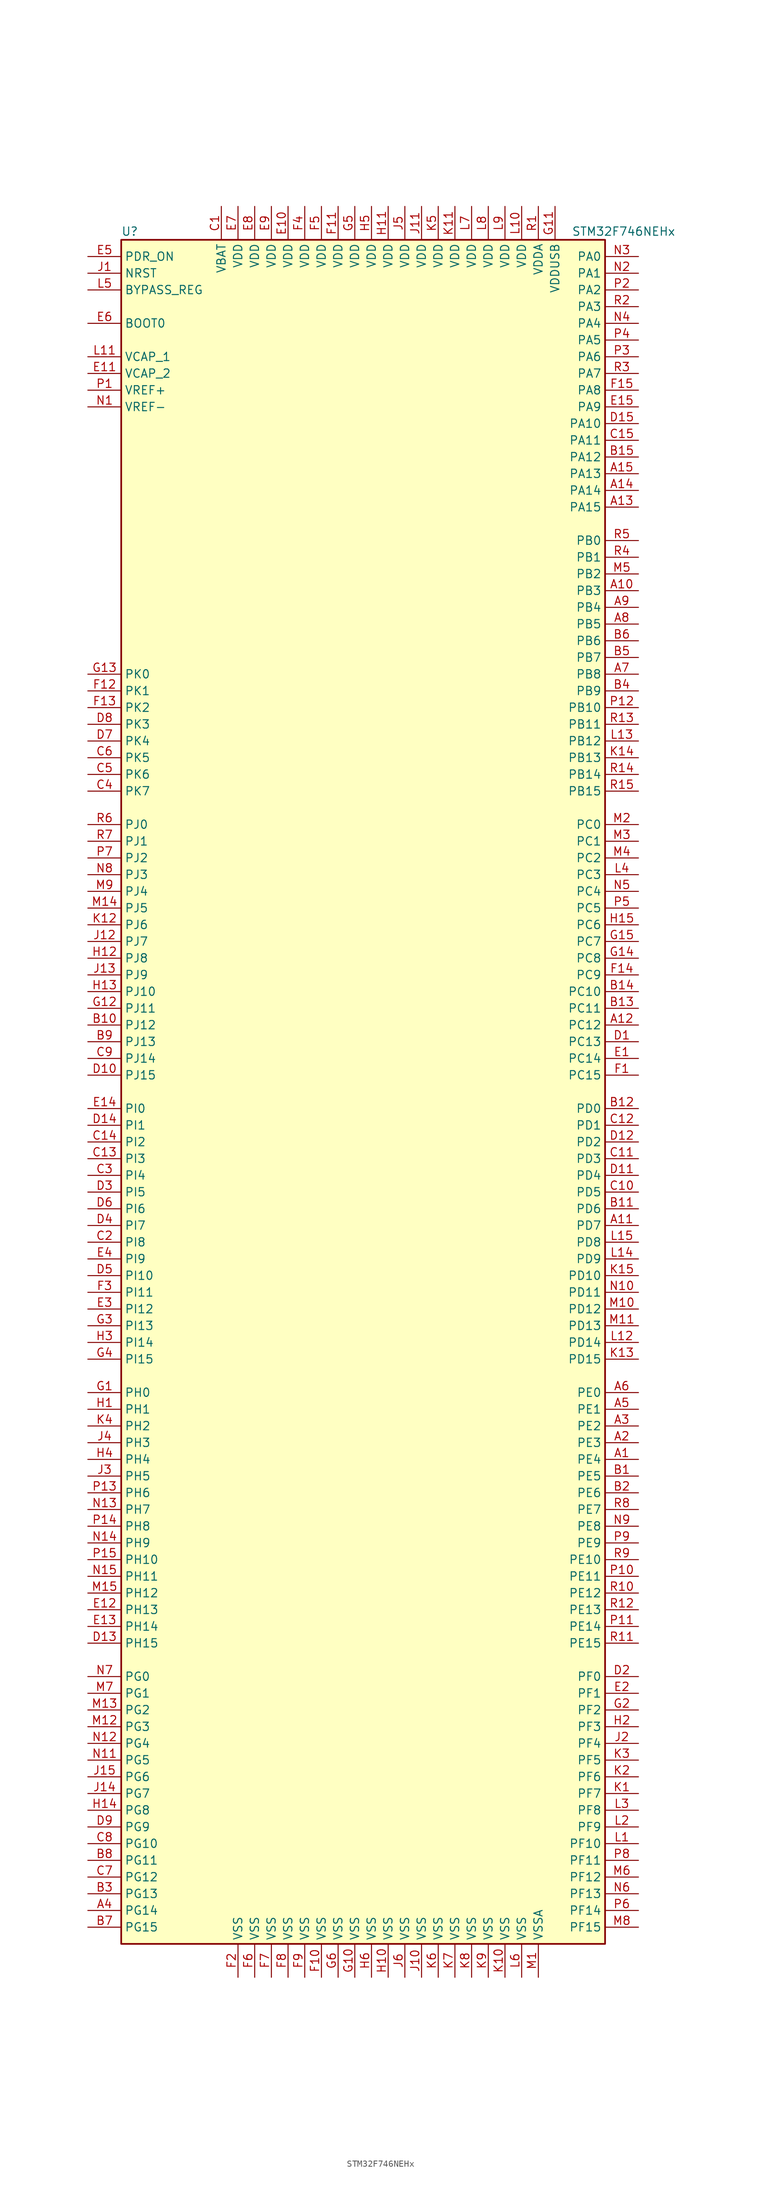
<source format=kicad_sym>
(kicad_symbol_lib
  (version 20201005)
  (generator kicad_symbol_editor)
  (symbol "STM32F746NEHx"
    (property "Reference" "U"
      (at -38.1 130.81 0)
      (effects (font (size 1.27 1.27)) (justify left)))
    (property "Value" "STM32F746NEHx"
      (at 30.48 130.81 0)
      (effects (font (size 1.27 1.27)) (justify left)))
    (symbol "STM32F746NEHx_0_1"
      (rectangle (start -38.1 -129.54) (end 35.56 129.54) (stroke (width 0.254)) (fill (type background))))
    (symbol "STM32F746NEHx_1_1"
      (pin bidirectional line (at 40.64 -55.88 180) (length 5.08) (name "PE4" (effects (font (size 1.27 1.27)))) (number "A1" (effects (font (size 1.27 1.27)))))
      (pin bidirectional line (at 40.64 76.2 180) (length 5.08) (name "PB3" (effects (font (size 1.27 1.27)))) (number "A10" (effects (font (size 1.27 1.27)))))
      (pin bidirectional line (at 40.64 -20.32 180) (length 5.08) (name "PD7" (effects (font (size 1.27 1.27)))) (number "A11" (effects (font (size 1.27 1.27)))))
      (pin bidirectional line (at 40.64 10.16 180) (length 5.08) (name "PC12" (effects (font (size 1.27 1.27)))) (number "A12" (effects (font (size 1.27 1.27)))))
      (pin bidirectional line (at 40.64 88.9 180) (length 5.08) (name "PA15" (effects (font (size 1.27 1.27)))) (number "A13" (effects (font (size 1.27 1.27)))))
      (pin bidirectional line (at 40.64 91.44 180) (length 5.08) (name "PA14" (effects (font (size 1.27 1.27)))) (number "A14" (effects (font (size 1.27 1.27)))))
      (pin bidirectional line (at 40.64 93.98 180) (length 5.08) (name "PA13" (effects (font (size 1.27 1.27)))) (number "A15" (effects (font (size 1.27 1.27)))))
      (pin bidirectional line (at 40.64 -53.34 180) (length 5.08) (name "PE3" (effects (font (size 1.27 1.27)))) (number "A2" (effects (font (size 1.27 1.27)))))
      (pin bidirectional line (at 40.64 -50.8 180) (length 5.08) (name "PE2" (effects (font (size 1.27 1.27)))) (number "A3" (effects (font (size 1.27 1.27)))))
      (pin bidirectional line (at -43.18 -124.46 0) (length 5.08) (name "PG14" (effects (font (size 1.27 1.27)))) (number "A4" (effects (font (size 1.27 1.27)))))
      (pin bidirectional line (at 40.64 -48.26 180) (length 5.08) (name "PE1" (effects (font (size 1.27 1.27)))) (number "A5" (effects (font (size 1.27 1.27)))))
      (pin bidirectional line (at 40.64 -45.72 180) (length 5.08) (name "PE0" (effects (font (size 1.27 1.27)))) (number "A6" (effects (font (size 1.27 1.27)))))
      (pin bidirectional line (at 40.64 63.5 180) (length 5.08) (name "PB8" (effects (font (size 1.27 1.27)))) (number "A7" (effects (font (size 1.27 1.27)))))
      (pin bidirectional line (at 40.64 71.12 180) (length 5.08) (name "PB5" (effects (font (size 1.27 1.27)))) (number "A8" (effects (font (size 1.27 1.27)))))
      (pin bidirectional line (at 40.64 73.66 180) (length 5.08) (name "PB4" (effects (font (size 1.27 1.27)))) (number "A9" (effects (font (size 1.27 1.27)))))
      (pin bidirectional line (at 40.64 -58.42 180) (length 5.08) (name "PE5" (effects (font (size 1.27 1.27)))) (number "B1" (effects (font (size 1.27 1.27)))))
      (pin bidirectional line (at -43.18 10.16 0) (length 5.08) (name "PJ12" (effects (font (size 1.27 1.27)))) (number "B10" (effects (font (size 1.27 1.27)))))
      (pin bidirectional line (at 40.64 -17.78 180) (length 5.08) (name "PD6" (effects (font (size 1.27 1.27)))) (number "B11" (effects (font (size 1.27 1.27)))))
      (pin bidirectional line (at 40.64 -2.54 180) (length 5.08) (name "PD0" (effects (font (size 1.27 1.27)))) (number "B12" (effects (font (size 1.27 1.27)))))
      (pin bidirectional line (at 40.64 12.7 180) (length 5.08) (name "PC11" (effects (font (size 1.27 1.27)))) (number "B13" (effects (font (size 1.27 1.27)))))
      (pin bidirectional line (at 40.64 15.24 180) (length 5.08) (name "PC10" (effects (font (size 1.27 1.27)))) (number "B14" (effects (font (size 1.27 1.27)))))
      (pin bidirectional line (at 40.64 96.52 180) (length 5.08) (name "PA12" (effects (font (size 1.27 1.27)))) (number "B15" (effects (font (size 1.27 1.27)))))
      (pin bidirectional line (at 40.64 -60.96 180) (length 5.08) (name "PE6" (effects (font (size 1.27 1.27)))) (number "B2" (effects (font (size 1.27 1.27)))))
      (pin bidirectional line (at -43.18 -121.92 0) (length 5.08) (name "PG13" (effects (font (size 1.27 1.27)))) (number "B3" (effects (font (size 1.27 1.27)))))
      (pin bidirectional line (at 40.64 60.96 180) (length 5.08) (name "PB9" (effects (font (size 1.27 1.27)))) (number "B4" (effects (font (size 1.27 1.27)))))
      (pin bidirectional line (at 40.64 66.04 180) (length 5.08) (name "PB7" (effects (font (size 1.27 1.27)))) (number "B5" (effects (font (size 1.27 1.27)))))
      (pin bidirectional line (at 40.64 68.58 180) (length 5.08) (name "PB6" (effects (font (size 1.27 1.27)))) (number "B6" (effects (font (size 1.27 1.27)))))
      (pin bidirectional line (at -43.18 -127 0) (length 5.08) (name "PG15" (effects (font (size 1.27 1.27)))) (number "B7" (effects (font (size 1.27 1.27)))))
      (pin bidirectional line (at -43.18 -116.84 0) (length 5.08) (name "PG11" (effects (font (size 1.27 1.27)))) (number "B8" (effects (font (size 1.27 1.27)))))
      (pin bidirectional line (at -43.18 7.62 0) (length 5.08) (name "PJ13" (effects (font (size 1.27 1.27)))) (number "B9" (effects (font (size 1.27 1.27)))))
      (pin power_in line (at -22.86 134.62 270) (length 5.08) (name "VBAT" (effects (font (size 1.27 1.27)))) (number "C1" (effects (font (size 1.27 1.27)))))
      (pin bidirectional line (at 40.64 -15.24 180) (length 5.08) (name "PD5" (effects (font (size 1.27 1.27)))) (number "C10" (effects (font (size 1.27 1.27)))))
      (pin bidirectional line (at 40.64 -10.16 180) (length 5.08) (name "PD3" (effects (font (size 1.27 1.27)))) (number "C11" (effects (font (size 1.27 1.27)))))
      (pin bidirectional line (at 40.64 -5.08 180) (length 5.08) (name "PD1" (effects (font (size 1.27 1.27)))) (number "C12" (effects (font (size 1.27 1.27)))))
      (pin bidirectional line (at -43.18 -10.16 0) (length 5.08) (name "PI3" (effects (font (size 1.27 1.27)))) (number "C13" (effects (font (size 1.27 1.27)))))
      (pin bidirectional line (at -43.18 -7.62 0) (length 5.08) (name "PI2" (effects (font (size 1.27 1.27)))) (number "C14" (effects (font (size 1.27 1.27)))))
      (pin bidirectional line (at 40.64 99.06 180) (length 5.08) (name "PA11" (effects (font (size 1.27 1.27)))) (number "C15" (effects (font (size 1.27 1.27)))))
      (pin bidirectional line (at -43.18 -22.86 0) (length 5.08) (name "PI8" (effects (font (size 1.27 1.27)))) (number "C2" (effects (font (size 1.27 1.27)))))
      (pin bidirectional line (at -43.18 -12.7 0) (length 5.08) (name "PI4" (effects (font (size 1.27 1.27)))) (number "C3" (effects (font (size 1.27 1.27)))))
      (pin bidirectional line (at -43.18 45.72 0) (length 5.08) (name "PK7" (effects (font (size 1.27 1.27)))) (number "C4" (effects (font (size 1.27 1.27)))))
      (pin bidirectional line (at -43.18 48.26 0) (length 5.08) (name "PK6" (effects (font (size 1.27 1.27)))) (number "C5" (effects (font (size 1.27 1.27)))))
      (pin bidirectional line (at -43.18 50.8 0) (length 5.08) (name "PK5" (effects (font (size 1.27 1.27)))) (number "C6" (effects (font (size 1.27 1.27)))))
      (pin bidirectional line (at -43.18 -119.38 0) (length 5.08) (name "PG12" (effects (font (size 1.27 1.27)))) (number "C7" (effects (font (size 1.27 1.27)))))
      (pin bidirectional line (at -43.18 -114.3 0) (length 5.08) (name "PG10" (effects (font (size 1.27 1.27)))) (number "C8" (effects (font (size 1.27 1.27)))))
      (pin bidirectional line (at -43.18 5.08 0) (length 5.08) (name "PJ14" (effects (font (size 1.27 1.27)))) (number "C9" (effects (font (size 1.27 1.27)))))
      (pin bidirectional line (at 40.64 7.62 180) (length 5.08) (name "PC13" (effects (font (size 1.27 1.27)))) (number "D1" (effects (font (size 1.27 1.27)))))
      (pin bidirectional line (at -43.18 2.54 0) (length 5.08) (name "PJ15" (effects (font (size 1.27 1.27)))) (number "D10" (effects (font (size 1.27 1.27)))))
      (pin bidirectional line (at 40.64 -12.7 180) (length 5.08) (name "PD4" (effects (font (size 1.27 1.27)))) (number "D11" (effects (font (size 1.27 1.27)))))
      (pin bidirectional line (at 40.64 -7.62 180) (length 5.08) (name "PD2" (effects (font (size 1.27 1.27)))) (number "D12" (effects (font (size 1.27 1.27)))))
      (pin bidirectional line (at -43.18 -83.82 0) (length 5.08) (name "PH15" (effects (font (size 1.27 1.27)))) (number "D13" (effects (font (size 1.27 1.27)))))
      (pin bidirectional line (at -43.18 -5.08 0) (length 5.08) (name "PI1" (effects (font (size 1.27 1.27)))) (number "D14" (effects (font (size 1.27 1.27)))))
      (pin bidirectional line (at 40.64 101.6 180) (length 5.08) (name "PA10" (effects (font (size 1.27 1.27)))) (number "D15" (effects (font (size 1.27 1.27)))))
      (pin bidirectional line (at 40.64 -88.9 180) (length 5.08) (name "PF0" (effects (font (size 1.27 1.27)))) (number "D2" (effects (font (size 1.27 1.27)))))
      (pin bidirectional line (at -43.18 -15.24 0) (length 5.08) (name "PI5" (effects (font (size 1.27 1.27)))) (number "D3" (effects (font (size 1.27 1.27)))))
      (pin bidirectional line (at -43.18 -20.32 0) (length 5.08) (name "PI7" (effects (font (size 1.27 1.27)))) (number "D4" (effects (font (size 1.27 1.27)))))
      (pin bidirectional line (at -43.18 -27.94 0) (length 5.08) (name "PI10" (effects (font (size 1.27 1.27)))) (number "D5" (effects (font (size 1.27 1.27)))))
      (pin bidirectional line (at -43.18 -17.78 0) (length 5.08) (name "PI6" (effects (font (size 1.27 1.27)))) (number "D6" (effects (font (size 1.27 1.27)))))
      (pin bidirectional line (at -43.18 53.34 0) (length 5.08) (name "PK4" (effects (font (size 1.27 1.27)))) (number "D7" (effects (font (size 1.27 1.27)))))
      (pin bidirectional line (at -43.18 55.88 0) (length 5.08) (name "PK3" (effects (font (size 1.27 1.27)))) (number "D8" (effects (font (size 1.27 1.27)))))
      (pin bidirectional line (at -43.18 -111.76 0) (length 5.08) (name "PG9" (effects (font (size 1.27 1.27)))) (number "D9" (effects (font (size 1.27 1.27)))))
      (pin bidirectional line (at 40.64 5.08 180) (length 5.08) (name "PC14" (effects (font (size 1.27 1.27)))) (number "E1" (effects (font (size 1.27 1.27)))))
      (pin power_in line (at -12.7 134.62 270) (length 5.08) (name "VDD" (effects (font (size 1.27 1.27)))) (number "E10" (effects (font (size 1.27 1.27)))))
      (pin power_in line (at -43.18 109.22 0) (length 5.08) (name "VCAP_2" (effects (font (size 1.27 1.27)))) (number "E11" (effects (font (size 1.27 1.27)))))
      (pin bidirectional line (at -43.18 -78.74 0) (length 5.08) (name "PH13" (effects (font (size 1.27 1.27)))) (number "E12" (effects (font (size 1.27 1.27)))))
      (pin bidirectional line (at -43.18 -81.28 0) (length 5.08) (name "PH14" (effects (font (size 1.27 1.27)))) (number "E13" (effects (font (size 1.27 1.27)))))
      (pin bidirectional line (at -43.18 -2.54 0) (length 5.08) (name "PI0" (effects (font (size 1.27 1.27)))) (number "E14" (effects (font (size 1.27 1.27)))))
      (pin bidirectional line (at 40.64 104.14 180) (length 5.08) (name "PA9" (effects (font (size 1.27 1.27)))) (number "E15" (effects (font (size 1.27 1.27)))))
      (pin bidirectional line (at 40.64 -91.44 180) (length 5.08) (name "PF1" (effects (font (size 1.27 1.27)))) (number "E2" (effects (font (size 1.27 1.27)))))
      (pin bidirectional line (at -43.18 -33.02 0) (length 5.08) (name "PI12" (effects (font (size 1.27 1.27)))) (number "E3" (effects (font (size 1.27 1.27)))))
      (pin bidirectional line (at -43.18 -25.4 0) (length 5.08) (name "PI9" (effects (font (size 1.27 1.27)))) (number "E4" (effects (font (size 1.27 1.27)))))
      (pin input line (at -43.18 127 0) (length 5.08) (name "PDR_ON" (effects (font (size 1.27 1.27)))) (number "E5" (effects (font (size 1.27 1.27)))))
      (pin input line (at -43.18 116.84 0) (length 5.08) (name "BOOT0" (effects (font (size 1.27 1.27)))) (number "E6" (effects (font (size 1.27 1.27)))))
      (pin power_in line (at -20.32 134.62 270) (length 5.08) (name "VDD" (effects (font (size 1.27 1.27)))) (number "E7" (effects (font (size 1.27 1.27)))))
      (pin power_in line (at -17.78 134.62 270) (length 5.08) (name "VDD" (effects (font (size 1.27 1.27)))) (number "E8" (effects (font (size 1.27 1.27)))))
      (pin power_in line (at -15.24 134.62 270) (length 5.08) (name "VDD" (effects (font (size 1.27 1.27)))) (number "E9" (effects (font (size 1.27 1.27)))))
      (pin bidirectional line (at 40.64 2.54 180) (length 5.08) (name "PC15" (effects (font (size 1.27 1.27)))) (number "F1" (effects (font (size 1.27 1.27)))))
      (pin power_in line (at -7.62 -134.62 90) (length 5.08) (name "VSS" (effects (font (size 1.27 1.27)))) (number "F10" (effects (font (size 1.27 1.27)))))
      (pin power_in line (at -5.08 134.62 270) (length 5.08) (name "VDD" (effects (font (size 1.27 1.27)))) (number "F11" (effects (font (size 1.27 1.27)))))
      (pin bidirectional line (at -43.18 60.96 0) (length 5.08) (name "PK1" (effects (font (size 1.27 1.27)))) (number "F12" (effects (font (size 1.27 1.27)))))
      (pin bidirectional line (at -43.18 58.42 0) (length 5.08) (name "PK2" (effects (font (size 1.27 1.27)))) (number "F13" (effects (font (size 1.27 1.27)))))
      (pin bidirectional line (at 40.64 17.78 180) (length 5.08) (name "PC9" (effects (font (size 1.27 1.27)))) (number "F14" (effects (font (size 1.27 1.27)))))
      (pin bidirectional line (at 40.64 106.68 180) (length 5.08) (name "PA8" (effects (font (size 1.27 1.27)))) (number "F15" (effects (font (size 1.27 1.27)))))
      (pin power_in line (at -20.32 -134.62 90) (length 5.08) (name "VSS" (effects (font (size 1.27 1.27)))) (number "F2" (effects (font (size 1.27 1.27)))))
      (pin bidirectional line (at -43.18 -30.48 0) (length 5.08) (name "PI11" (effects (font (size 1.27 1.27)))) (number "F3" (effects (font (size 1.27 1.27)))))
      (pin power_in line (at -10.16 134.62 270) (length 5.08) (name "VDD" (effects (font (size 1.27 1.27)))) (number "F4" (effects (font (size 1.27 1.27)))))
      (pin power_in line (at -7.62 134.62 270) (length 5.08) (name "VDD" (effects (font (size 1.27 1.27)))) (number "F5" (effects (font (size 1.27 1.27)))))
      (pin power_in line (at -17.78 -134.62 90) (length 5.08) (name "VSS" (effects (font (size 1.27 1.27)))) (number "F6" (effects (font (size 1.27 1.27)))))
      (pin power_in line (at -15.24 -134.62 90) (length 5.08) (name "VSS" (effects (font (size 1.27 1.27)))) (number "F7" (effects (font (size 1.27 1.27)))))
      (pin power_in line (at -12.7 -134.62 90) (length 5.08) (name "VSS" (effects (font (size 1.27 1.27)))) (number "F8" (effects (font (size 1.27 1.27)))))
      (pin power_in line (at -10.16 -134.62 90) (length 5.08) (name "VSS" (effects (font (size 1.27 1.27)))) (number "F9" (effects (font (size 1.27 1.27)))))
      (pin input line (at -43.18 -45.72 0) (length 5.08) (name "PH0" (effects (font (size 1.27 1.27)))) (number "G1" (effects (font (size 1.27 1.27)))))
      (pin power_in line (at -2.54 -134.62 90) (length 5.08) (name "VSS" (effects (font (size 1.27 1.27)))) (number "G10" (effects (font (size 1.27 1.27)))))
      (pin power_in line (at 27.94 134.62 270) (length 5.08) (name "VDDUSB" (effects (font (size 1.27 1.27)))) (number "G11" (effects (font (size 1.27 1.27)))))
      (pin bidirectional line (at -43.18 12.7 0) (length 5.08) (name "PJ11" (effects (font (size 1.27 1.27)))) (number "G12" (effects (font (size 1.27 1.27)))))
      (pin bidirectional line (at -43.18 63.5 0) (length 5.08) (name "PK0" (effects (font (size 1.27 1.27)))) (number "G13" (effects (font (size 1.27 1.27)))))
      (pin bidirectional line (at 40.64 20.32 180) (length 5.08) (name "PC8" (effects (font (size 1.27 1.27)))) (number "G14" (effects (font (size 1.27 1.27)))))
      (pin bidirectional line (at 40.64 22.86 180) (length 5.08) (name "PC7" (effects (font (size 1.27 1.27)))) (number "G15" (effects (font (size 1.27 1.27)))))
      (pin bidirectional line (at 40.64 -93.98 180) (length 5.08) (name "PF2" (effects (font (size 1.27 1.27)))) (number "G2" (effects (font (size 1.27 1.27)))))
      (pin bidirectional line (at -43.18 -35.56 0) (length 5.08) (name "PI13" (effects (font (size 1.27 1.27)))) (number "G3" (effects (font (size 1.27 1.27)))))
      (pin bidirectional line (at -43.18 -40.64 0) (length 5.08) (name "PI15" (effects (font (size 1.27 1.27)))) (number "G4" (effects (font (size 1.27 1.27)))))
      (pin power_in line (at -2.54 134.62 270) (length 5.08) (name "VDD" (effects (font (size 1.27 1.27)))) (number "G5" (effects (font (size 1.27 1.27)))))
      (pin power_in line (at -5.08 -134.62 90) (length 5.08) (name "VSS" (effects (font (size 1.27 1.27)))) (number "G6" (effects (font (size 1.27 1.27)))))
      (pin input line (at -43.18 -48.26 0) (length 5.08) (name "PH1" (effects (font (size 1.27 1.27)))) (number "H1" (effects (font (size 1.27 1.27)))))
      (pin power_in line (at 2.54 -134.62 90) (length 5.08) (name "VSS" (effects (font (size 1.27 1.27)))) (number "H10" (effects (font (size 1.27 1.27)))))
      (pin power_in line (at 2.54 134.62 270) (length 5.08) (name "VDD" (effects (font (size 1.27 1.27)))) (number "H11" (effects (font (size 1.27 1.27)))))
      (pin bidirectional line (at -43.18 20.32 0) (length 5.08) (name "PJ8" (effects (font (size 1.27 1.27)))) (number "H12" (effects (font (size 1.27 1.27)))))
      (pin bidirectional line (at -43.18 15.24 0) (length 5.08) (name "PJ10" (effects (font (size 1.27 1.27)))) (number "H13" (effects (font (size 1.27 1.27)))))
      (pin bidirectional line (at -43.18 -109.22 0) (length 5.08) (name "PG8" (effects (font (size 1.27 1.27)))) (number "H14" (effects (font (size 1.27 1.27)))))
      (pin bidirectional line (at 40.64 25.4 180) (length 5.08) (name "PC6" (effects (font (size 1.27 1.27)))) (number "H15" (effects (font (size 1.27 1.27)))))
      (pin bidirectional line (at 40.64 -96.52 180) (length 5.08) (name "PF3" (effects (font (size 1.27 1.27)))) (number "H2" (effects (font (size 1.27 1.27)))))
      (pin bidirectional line (at -43.18 -38.1 0) (length 5.08) (name "PI14" (effects (font (size 1.27 1.27)))) (number "H3" (effects (font (size 1.27 1.27)))))
      (pin bidirectional line (at -43.18 -55.88 0) (length 5.08) (name "PH4" (effects (font (size 1.27 1.27)))) (number "H4" (effects (font (size 1.27 1.27)))))
      (pin power_in line (at 0 134.62 270) (length 5.08) (name "VDD" (effects (font (size 1.27 1.27)))) (number "H5" (effects (font (size 1.27 1.27)))))
      (pin power_in line (at 0 -134.62 90) (length 5.08) (name "VSS" (effects (font (size 1.27 1.27)))) (number "H6" (effects (font (size 1.27 1.27)))))
      (pin input line (at -43.18 124.46 0) (length 5.08) (name "NRST" (effects (font (size 1.27 1.27)))) (number "J1" (effects (font (size 1.27 1.27)))))
      (pin power_in line (at 7.62 -134.62 90) (length 5.08) (name "VSS" (effects (font (size 1.27 1.27)))) (number "J10" (effects (font (size 1.27 1.27)))))
      (pin power_in line (at 7.62 134.62 270) (length 5.08) (name "VDD" (effects (font (size 1.27 1.27)))) (number "J11" (effects (font (size 1.27 1.27)))))
      (pin bidirectional line (at -43.18 22.86 0) (length 5.08) (name "PJ7" (effects (font (size 1.27 1.27)))) (number "J12" (effects (font (size 1.27 1.27)))))
      (pin bidirectional line (at -43.18 17.78 0) (length 5.08) (name "PJ9" (effects (font (size 1.27 1.27)))) (number "J13" (effects (font (size 1.27 1.27)))))
      (pin bidirectional line (at -43.18 -106.68 0) (length 5.08) (name "PG7" (effects (font (size 1.27 1.27)))) (number "J14" (effects (font (size 1.27 1.27)))))
      (pin bidirectional line (at -43.18 -104.14 0) (length 5.08) (name "PG6" (effects (font (size 1.27 1.27)))) (number "J15" (effects (font (size 1.27 1.27)))))
      (pin bidirectional line (at 40.64 -99.06 180) (length 5.08) (name "PF4" (effects (font (size 1.27 1.27)))) (number "J2" (effects (font (size 1.27 1.27)))))
      (pin bidirectional line (at -43.18 -58.42 0) (length 5.08) (name "PH5" (effects (font (size 1.27 1.27)))) (number "J3" (effects (font (size 1.27 1.27)))))
      (pin bidirectional line (at -43.18 -53.34 0) (length 5.08) (name "PH3" (effects (font (size 1.27 1.27)))) (number "J4" (effects (font (size 1.27 1.27)))))
      (pin power_in line (at 5.08 134.62 270) (length 5.08) (name "VDD" (effects (font (size 1.27 1.27)))) (number "J5" (effects (font (size 1.27 1.27)))))
      (pin power_in line (at 5.08 -134.62 90) (length 5.08) (name "VSS" (effects (font (size 1.27 1.27)))) (number "J6" (effects (font (size 1.27 1.27)))))
      (pin bidirectional line (at 40.64 -106.68 180) (length 5.08) (name "PF7" (effects (font (size 1.27 1.27)))) (number "K1" (effects (font (size 1.27 1.27)))))
      (pin power_in line (at 20.32 -134.62 90) (length 5.08) (name "VSS" (effects (font (size 1.27 1.27)))) (number "K10" (effects (font (size 1.27 1.27)))))
      (pin power_in line (at 12.7 134.62 270) (length 5.08) (name "VDD" (effects (font (size 1.27 1.27)))) (number "K11" (effects (font (size 1.27 1.27)))))
      (pin bidirectional line (at -43.18 25.4 0) (length 5.08) (name "PJ6" (effects (font (size 1.27 1.27)))) (number "K12" (effects (font (size 1.27 1.27)))))
      (pin bidirectional line (at 40.64 -40.64 180) (length 5.08) (name "PD15" (effects (font (size 1.27 1.27)))) (number "K13" (effects (font (size 1.27 1.27)))))
      (pin bidirectional line (at 40.64 50.8 180) (length 5.08) (name "PB13" (effects (font (size 1.27 1.27)))) (number "K14" (effects (font (size 1.27 1.27)))))
      (pin bidirectional line (at 40.64 -27.94 180) (length 5.08) (name "PD10" (effects (font (size 1.27 1.27)))) (number "K15" (effects (font (size 1.27 1.27)))))
      (pin bidirectional line (at 40.64 -104.14 180) (length 5.08) (name "PF6" (effects (font (size 1.27 1.27)))) (number "K2" (effects (font (size 1.27 1.27)))))
      (pin bidirectional line (at 40.64 -101.6 180) (length 5.08) (name "PF5" (effects (font (size 1.27 1.27)))) (number "K3" (effects (font (size 1.27 1.27)))))
      (pin bidirectional line (at -43.18 -50.8 0) (length 5.08) (name "PH2" (effects (font (size 1.27 1.27)))) (number "K4" (effects (font (size 1.27 1.27)))))
      (pin power_in line (at 10.16 134.62 270) (length 5.08) (name "VDD" (effects (font (size 1.27 1.27)))) (number "K5" (effects (font (size 1.27 1.27)))))
      (pin power_in line (at 10.16 -134.62 90) (length 5.08) (name "VSS" (effects (font (size 1.27 1.27)))) (number "K6" (effects (font (size 1.27 1.27)))))
      (pin power_in line (at 12.7 -134.62 90) (length 5.08) (name "VSS" (effects (font (size 1.27 1.27)))) (number "K7" (effects (font (size 1.27 1.27)))))
      (pin power_in line (at 15.24 -134.62 90) (length 5.08) (name "VSS" (effects (font (size 1.27 1.27)))) (number "K8" (effects (font (size 1.27 1.27)))))
      (pin power_in line (at 17.78 -134.62 90) (length 5.08) (name "VSS" (effects (font (size 1.27 1.27)))) (number "K9" (effects (font (size 1.27 1.27)))))
      (pin bidirectional line (at 40.64 -114.3 180) (length 5.08) (name "PF10" (effects (font (size 1.27 1.27)))) (number "L1" (effects (font (size 1.27 1.27)))))
      (pin power_in line (at 22.86 134.62 270) (length 5.08) (name "VDD" (effects (font (size 1.27 1.27)))) (number "L10" (effects (font (size 1.27 1.27)))))
      (pin power_in line (at -43.18 111.76 0) (length 5.08) (name "VCAP_1" (effects (font (size 1.27 1.27)))) (number "L11" (effects (font (size 1.27 1.27)))))
      (pin bidirectional line (at 40.64 -38.1 180) (length 5.08) (name "PD14" (effects (font (size 1.27 1.27)))) (number "L12" (effects (font (size 1.27 1.27)))))
      (pin bidirectional line (at 40.64 53.34 180) (length 5.08) (name "PB12" (effects (font (size 1.27 1.27)))) (number "L13" (effects (font (size 1.27 1.27)))))
      (pin bidirectional line (at 40.64 -25.4 180) (length 5.08) (name "PD9" (effects (font (size 1.27 1.27)))) (number "L14" (effects (font (size 1.27 1.27)))))
      (pin bidirectional line (at 40.64 -22.86 180) (length 5.08) (name "PD8" (effects (font (size 1.27 1.27)))) (number "L15" (effects (font (size 1.27 1.27)))))
      (pin bidirectional line (at 40.64 -111.76 180) (length 5.08) (name "PF9" (effects (font (size 1.27 1.27)))) (number "L2" (effects (font (size 1.27 1.27)))))
      (pin bidirectional line (at 40.64 -109.22 180) (length 5.08) (name "PF8" (effects (font (size 1.27 1.27)))) (number "L3" (effects (font (size 1.27 1.27)))))
      (pin bidirectional line (at 40.64 33.02 180) (length 5.08) (name "PC3" (effects (font (size 1.27 1.27)))) (number "L4" (effects (font (size 1.27 1.27)))))
      (pin input line (at -43.18 121.92 0) (length 5.08) (name "BYPASS_REG" (effects (font (size 1.27 1.27)))) (number "L5" (effects (font (size 1.27 1.27)))))
      (pin power_in line (at 22.86 -134.62 90) (length 5.08) (name "VSS" (effects (font (size 1.27 1.27)))) (number "L6" (effects (font (size 1.27 1.27)))))
      (pin power_in line (at 15.24 134.62 270) (length 5.08) (name "VDD" (effects (font (size 1.27 1.27)))) (number "L7" (effects (font (size 1.27 1.27)))))
      (pin power_in line (at 17.78 134.62 270) (length 5.08) (name "VDD" (effects (font (size 1.27 1.27)))) (number "L8" (effects (font (size 1.27 1.27)))))
      (pin power_in line (at 20.32 134.62 270) (length 5.08) (name "VDD" (effects (font (size 1.27 1.27)))) (number "L9" (effects (font (size 1.27 1.27)))))
      (pin power_in line (at 25.4 -134.62 90) (length 5.08) (name "VSSA" (effects (font (size 1.27 1.27)))) (number "M1" (effects (font (size 1.27 1.27)))))
      (pin bidirectional line (at 40.64 -33.02 180) (length 5.08) (name "PD12" (effects (font (size 1.27 1.27)))) (number "M10" (effects (font (size 1.27 1.27)))))
      (pin bidirectional line (at 40.64 -35.56 180) (length 5.08) (name "PD13" (effects (font (size 1.27 1.27)))) (number "M11" (effects (font (size 1.27 1.27)))))
      (pin bidirectional line (at -43.18 -96.52 0) (length 5.08) (name "PG3" (effects (font (size 1.27 1.27)))) (number "M12" (effects (font (size 1.27 1.27)))))
      (pin bidirectional line (at -43.18 -93.98 0) (length 5.08) (name "PG2" (effects (font (size 1.27 1.27)))) (number "M13" (effects (font (size 1.27 1.27)))))
      (pin bidirectional line (at -43.18 27.94 0) (length 5.08) (name "PJ5" (effects (font (size 1.27 1.27)))) (number "M14" (effects (font (size 1.27 1.27)))))
      (pin bidirectional line (at -43.18 -76.2 0) (length 5.08) (name "PH12" (effects (font (size 1.27 1.27)))) (number "M15" (effects (font (size 1.27 1.27)))))
      (pin bidirectional line (at 40.64 40.64 180) (length 5.08) (name "PC0" (effects (font (size 1.27 1.27)))) (number "M2" (effects (font (size 1.27 1.27)))))
      (pin bidirectional line (at 40.64 38.1 180) (length 5.08) (name "PC1" (effects (font (size 1.27 1.27)))) (number "M3" (effects (font (size 1.27 1.27)))))
      (pin bidirectional line (at 40.64 35.56 180) (length 5.08) (name "PC2" (effects (font (size 1.27 1.27)))) (number "M4" (effects (font (size 1.27 1.27)))))
      (pin bidirectional line (at 40.64 78.74 180) (length 5.08) (name "PB2" (effects (font (size 1.27 1.27)))) (number "M5" (effects (font (size 1.27 1.27)))))
      (pin bidirectional line (at 40.64 -119.38 180) (length 5.08) (name "PF12" (effects (font (size 1.27 1.27)))) (number "M6" (effects (font (size 1.27 1.27)))))
      (pin bidirectional line (at -43.18 -91.44 0) (length 5.08) (name "PG1" (effects (font (size 1.27 1.27)))) (number "M7" (effects (font (size 1.27 1.27)))))
      (pin bidirectional line (at 40.64 -127 180) (length 5.08) (name "PF15" (effects (font (size 1.27 1.27)))) (number "M8" (effects (font (size 1.27 1.27)))))
      (pin bidirectional line (at -43.18 30.48 0) (length 5.08) (name "PJ4" (effects (font (size 1.27 1.27)))) (number "M9" (effects (font (size 1.27 1.27)))))
      (pin power_in line (at -43.18 104.14 0) (length 5.08) (name "VREF-" (effects (font (size 1.27 1.27)))) (number "N1" (effects (font (size 1.27 1.27)))))
      (pin bidirectional line (at 40.64 -30.48 180) (length 5.08) (name "PD11" (effects (font (size 1.27 1.27)))) (number "N10" (effects (font (size 1.27 1.27)))))
      (pin bidirectional line (at -43.18 -101.6 0) (length 5.08) (name "PG5" (effects (font (size 1.27 1.27)))) (number "N11" (effects (font (size 1.27 1.27)))))
      (pin bidirectional line (at -43.18 -99.06 0) (length 5.08) (name "PG4" (effects (font (size 1.27 1.27)))) (number "N12" (effects (font (size 1.27 1.27)))))
      (pin bidirectional line (at -43.18 -63.5 0) (length 5.08) (name "PH7" (effects (font (size 1.27 1.27)))) (number "N13" (effects (font (size 1.27 1.27)))))
      (pin bidirectional line (at -43.18 -68.58 0) (length 5.08) (name "PH9" (effects (font (size 1.27 1.27)))) (number "N14" (effects (font (size 1.27 1.27)))))
      (pin bidirectional line (at -43.18 -73.66 0) (length 5.08) (name "PH11" (effects (font (size 1.27 1.27)))) (number "N15" (effects (font (size 1.27 1.27)))))
      (pin bidirectional line (at 40.64 124.46 180) (length 5.08) (name "PA1" (effects (font (size 1.27 1.27)))) (number "N2" (effects (font (size 1.27 1.27)))))
      (pin bidirectional line (at 40.64 127 180) (length 5.08) (name "PA0" (effects (font (size 1.27 1.27)))) (number "N3" (effects (font (size 1.27 1.27)))))
      (pin bidirectional line (at 40.64 116.84 180) (length 5.08) (name "PA4" (effects (font (size 1.27 1.27)))) (number "N4" (effects (font (size 1.27 1.27)))))
      (pin bidirectional line (at 40.64 30.48 180) (length 5.08) (name "PC4" (effects (font (size 1.27 1.27)))) (number "N5" (effects (font (size 1.27 1.27)))))
      (pin bidirectional line (at 40.64 -121.92 180) (length 5.08) (name "PF13" (effects (font (size 1.27 1.27)))) (number "N6" (effects (font (size 1.27 1.27)))))
      (pin bidirectional line (at -43.18 -88.9 0) (length 5.08) (name "PG0" (effects (font (size 1.27 1.27)))) (number "N7" (effects (font (size 1.27 1.27)))))
      (pin bidirectional line (at -43.18 33.02 0) (length 5.08) (name "PJ3" (effects (font (size 1.27 1.27)))) (number "N8" (effects (font (size 1.27 1.27)))))
      (pin bidirectional line (at 40.64 -66.04 180) (length 5.08) (name "PE8" (effects (font (size 1.27 1.27)))) (number "N9" (effects (font (size 1.27 1.27)))))
      (pin power_in line (at -43.18 106.68 0) (length 5.08) (name "VREF+" (effects (font (size 1.27 1.27)))) (number "P1" (effects (font (size 1.27 1.27)))))
      (pin bidirectional line (at 40.64 -73.66 180) (length 5.08) (name "PE11" (effects (font (size 1.27 1.27)))) (number "P10" (effects (font (size 1.27 1.27)))))
      (pin bidirectional line (at 40.64 -81.28 180) (length 5.08) (name "PE14" (effects (font (size 1.27 1.27)))) (number "P11" (effects (font (size 1.27 1.27)))))
      (pin bidirectional line (at 40.64 58.42 180) (length 5.08) (name "PB10" (effects (font (size 1.27 1.27)))) (number "P12" (effects (font (size 1.27 1.27)))))
      (pin bidirectional line (at -43.18 -60.96 0) (length 5.08) (name "PH6" (effects (font (size 1.27 1.27)))) (number "P13" (effects (font (size 1.27 1.27)))))
      (pin bidirectional line (at -43.18 -66.04 0) (length 5.08) (name "PH8" (effects (font (size 1.27 1.27)))) (number "P14" (effects (font (size 1.27 1.27)))))
      (pin bidirectional line (at -43.18 -71.12 0) (length 5.08) (name "PH10" (effects (font (size 1.27 1.27)))) (number "P15" (effects (font (size 1.27 1.27)))))
      (pin bidirectional line (at 40.64 121.92 180) (length 5.08) (name "PA2" (effects (font (size 1.27 1.27)))) (number "P2" (effects (font (size 1.27 1.27)))))
      (pin bidirectional line (at 40.64 111.76 180) (length 5.08) (name "PA6" (effects (font (size 1.27 1.27)))) (number "P3" (effects (font (size 1.27 1.27)))))
      (pin bidirectional line (at 40.64 114.3 180) (length 5.08) (name "PA5" (effects (font (size 1.27 1.27)))) (number "P4" (effects (font (size 1.27 1.27)))))
      (pin bidirectional line (at 40.64 27.94 180) (length 5.08) (name "PC5" (effects (font (size 1.27 1.27)))) (number "P5" (effects (font (size 1.27 1.27)))))
      (pin bidirectional line (at 40.64 -124.46 180) (length 5.08) (name "PF14" (effects (font (size 1.27 1.27)))) (number "P6" (effects (font (size 1.27 1.27)))))
      (pin bidirectional line (at -43.18 35.56 0) (length 5.08) (name "PJ2" (effects (font (size 1.27 1.27)))) (number "P7" (effects (font (size 1.27 1.27)))))
      (pin bidirectional line (at 40.64 -116.84 180) (length 5.08) (name "PF11" (effects (font (size 1.27 1.27)))) (number "P8" (effects (font (size 1.27 1.27)))))
      (pin bidirectional line (at 40.64 -68.58 180) (length 5.08) (name "PE9" (effects (font (size 1.27 1.27)))) (number "P9" (effects (font (size 1.27 1.27)))))
      (pin power_in line (at 25.4 134.62 270) (length 5.08) (name "VDDA" (effects (font (size 1.27 1.27)))) (number "R1" (effects (font (size 1.27 1.27)))))
      (pin bidirectional line (at 40.64 -76.2 180) (length 5.08) (name "PE12" (effects (font (size 1.27 1.27)))) (number "R10" (effects (font (size 1.27 1.27)))))
      (pin bidirectional line (at 40.64 -83.82 180) (length 5.08) (name "PE15" (effects (font (size 1.27 1.27)))) (number "R11" (effects (font (size 1.27 1.27)))))
      (pin bidirectional line (at 40.64 -78.74 180) (length 5.08) (name "PE13" (effects (font (size 1.27 1.27)))) (number "R12" (effects (font (size 1.27 1.27)))))
      (pin bidirectional line (at 40.64 55.88 180) (length 5.08) (name "PB11" (effects (font (size 1.27 1.27)))) (number "R13" (effects (font (size 1.27 1.27)))))
      (pin bidirectional line (at 40.64 48.26 180) (length 5.08) (name "PB14" (effects (font (size 1.27 1.27)))) (number "R14" (effects (font (size 1.27 1.27)))))
      (pin bidirectional line (at 40.64 45.72 180) (length 5.08) (name "PB15" (effects (font (size 1.27 1.27)))) (number "R15" (effects (font (size 1.27 1.27)))))
      (pin bidirectional line (at 40.64 119.38 180) (length 5.08) (name "PA3" (effects (font (size 1.27 1.27)))) (number "R2" (effects (font (size 1.27 1.27)))))
      (pin bidirectional line (at 40.64 109.22 180) (length 5.08) (name "PA7" (effects (font (size 1.27 1.27)))) (number "R3" (effects (font (size 1.27 1.27)))))
      (pin bidirectional line (at 40.64 81.28 180) (length 5.08) (name "PB1" (effects (font (size 1.27 1.27)))) (number "R4" (effects (font (size 1.27 1.27)))))
      (pin bidirectional line (at 40.64 83.82 180) (length 5.08) (name "PB0" (effects (font (size 1.27 1.27)))) (number "R5" (effects (font (size 1.27 1.27)))))
      (pin bidirectional line (at -43.18 40.64 0) (length 5.08) (name "PJ0" (effects (font (size 1.27 1.27)))) (number "R6" (effects (font (size 1.27 1.27)))))
      (pin bidirectional line (at -43.18 38.1 0) (length 5.08) (name "PJ1" (effects (font (size 1.27 1.27)))) (number "R7" (effects (font (size 1.27 1.27)))))
      (pin bidirectional line (at 40.64 -63.5 180) (length 5.08) (name "PE7" (effects (font (size 1.27 1.27)))) (number "R8" (effects (font (size 1.27 1.27)))))
      (pin bidirectional line (at 40.64 -71.12 180) (length 5.08) (name "PE10" (effects (font (size 1.27 1.27)))) (number "R9" (effects (font (size 1.27 1.27))))))))
</source>
